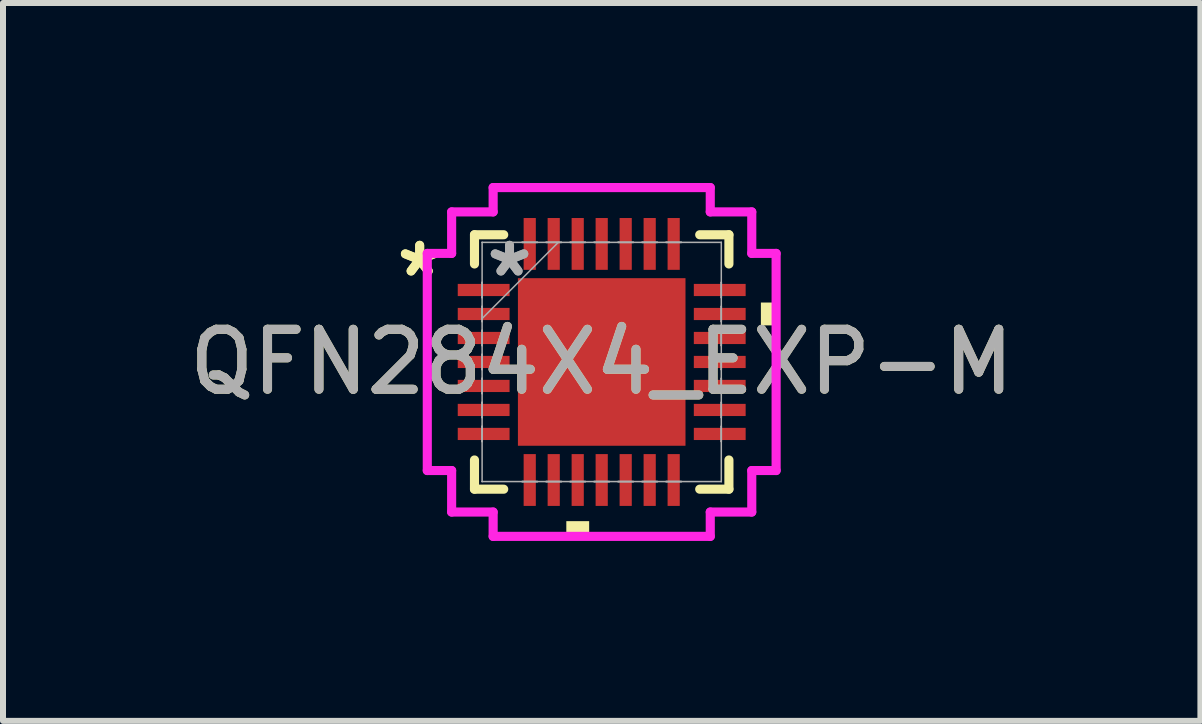
<source format=kicad_pcb>
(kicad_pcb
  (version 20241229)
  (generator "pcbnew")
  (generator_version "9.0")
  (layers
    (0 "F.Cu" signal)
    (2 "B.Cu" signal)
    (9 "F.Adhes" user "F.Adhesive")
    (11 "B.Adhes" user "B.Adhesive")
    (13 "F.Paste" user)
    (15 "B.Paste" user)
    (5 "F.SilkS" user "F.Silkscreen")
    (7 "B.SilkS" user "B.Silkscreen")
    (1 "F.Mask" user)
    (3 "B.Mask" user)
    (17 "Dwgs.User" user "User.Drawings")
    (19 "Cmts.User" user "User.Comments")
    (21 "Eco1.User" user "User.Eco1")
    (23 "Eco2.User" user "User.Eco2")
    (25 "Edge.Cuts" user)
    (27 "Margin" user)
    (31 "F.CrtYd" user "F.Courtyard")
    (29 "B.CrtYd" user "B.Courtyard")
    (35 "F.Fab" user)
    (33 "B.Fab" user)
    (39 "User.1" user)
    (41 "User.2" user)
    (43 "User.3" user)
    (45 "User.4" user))
  (footprint "QFN284X4_EXP-M"
    (layer "F.Cu")
    (at 6.982 2.985)
    (property "Reference" "QFN284X4_EXP-M" (at 0 0 0) (unlocked yes) (layer "F.SilkS") (effects (font (size 1 1) (thickness 0.15))))
    (attr smd)
    (fp_line (start -2.121 -2.121) (end -2.121 -1.634) (stroke (width 0.152) (type solid)) (layer "F.SilkS"))
    (fp_line (start -2.121 1.634) (end -2.121 2.121) (stroke (width 0.152) (type solid)) (layer "F.SilkS"))
    (fp_line (start -2.121 2.121) (end -1.634 2.121) (stroke (width 0.152) (type solid)) (layer "F.SilkS"))
    (fp_line (start -1.634 -2.121) (end -2.121 -2.121) (stroke (width 0.152) (type solid)) (layer "F.SilkS"))
    (fp_line (start 1.634 2.121) (end 2.121 2.121) (stroke (width 0.152) (type solid)) (layer "F.SilkS"))
    (fp_line (start 2.121 -2.121) (end 1.634 -2.121) (stroke (width 0.152) (type solid)) (layer "F.SilkS"))
    (fp_line (start 2.121 -1.634) (end 2.121 -2.121) (stroke (width 0.152) (type solid)) (layer "F.SilkS"))
    (fp_line (start 2.121 2.121) (end 2.121 1.634) (stroke (width 0.152) (type solid)) (layer "F.SilkS"))
    (fp_poly (pts (xy -0.59 2.654) (xy -0.59 2.908) (xy -0.209 2.908) (xy -0.209 2.654)) (stroke (width 0) (type solid)) (fill yes) (layer "F.SilkS"))
    (fp_poly (pts (xy 2.908 -0.991) (xy 2.908 -0.61) (xy 2.654 -0.61) (xy 2.654 -0.991)) (stroke (width 0) (type solid)) (fill yes) (layer "F.SilkS"))
    (fp_poly (pts (xy -1.297 -1.297) (xy -1.297 -0.1) (xy -0.1 -0.1) (xy -0.1 -1.297)) (stroke (width 0) (type solid)) (fill yes) (layer "F.Paste"))
    (fp_poly (pts (xy -1.297 0.1) (xy -1.297 1.297) (xy -0.1 1.297) (xy -0.1 0.1)) (stroke (width 0) (type solid)) (fill yes) (layer "F.Paste"))
    (fp_poly (pts (xy 0.1 -1.297) (xy 0.1 -0.1) (xy 1.297 -0.1) (xy 1.297 -1.297)) (stroke (width 0) (type solid)) (fill yes) (layer "F.Paste"))
    (fp_poly (pts (xy 0.1 0.1) (xy 0.1 1.297) (xy 1.297 1.297) (xy 1.297 0.1)) (stroke (width 0) (type solid)) (fill yes) (layer "F.Paste"))
    (fp_line (start -2.908 -1.81) (end -2.502 -1.81) (stroke (width 0.152) (type solid)) (layer "F.CrtYd"))
    (fp_line (start -2.908 1.81) (end -2.908 -1.81) (stroke (width 0.152) (type solid)) (layer "F.CrtYd"))
    (fp_line (start -2.502 -2.502) (end -1.81 -2.502) (stroke (width 0.152) (type solid)) (layer "F.CrtYd"))
    (fp_line (start -2.502 -1.81) (end -2.502 -2.502) (stroke (width 0.152) (type solid)) (layer "F.CrtYd"))
    (fp_line (start -2.502 1.81) (end -2.908 1.81) (stroke (width 0.152) (type solid)) (layer "F.CrtYd"))
    (fp_line (start -2.502 2.502) (end -2.502 1.81) (stroke (width 0.152) (type solid)) (layer "F.CrtYd"))
    (fp_line (start -1.81 -2.908) (end 1.81 -2.908) (stroke (width 0.152) (type solid)) (layer "F.CrtYd"))
    (fp_line (start -1.81 -2.502) (end -1.81 -2.908) (stroke (width 0.152) (type solid)) (layer "F.CrtYd"))
    (fp_line (start -1.81 2.502) (end -2.502 2.502) (stroke (width 0.152) (type solid)) (layer "F.CrtYd"))
    (fp_line (start -1.81 2.908) (end -1.81 2.502) (stroke (width 0.152) (type solid)) (layer "F.CrtYd"))
    (fp_line (start 1.81 -2.908) (end 1.81 -2.502) (stroke (width 0.152) (type solid)) (layer "F.CrtYd"))
    (fp_line (start 1.81 -2.502) (end 2.502 -2.502) (stroke (width 0.152) (type solid)) (layer "F.CrtYd"))
    (fp_line (start 1.81 2.502) (end 1.81 2.908) (stroke (width 0.152) (type solid)) (layer "F.CrtYd"))
    (fp_line (start 1.81 2.908) (end -1.81 2.908) (stroke (width 0.152) (type solid)) (layer "F.CrtYd"))
    (fp_line (start 2.502 -2.502) (end 2.502 -1.81) (stroke (width 0.152) (type solid)) (layer "F.CrtYd"))
    (fp_line (start 2.502 -1.81) (end 2.908 -1.81) (stroke (width 0.152) (type solid)) (layer "F.CrtYd"))
    (fp_line (start 2.502 1.81) (end 2.502 2.502) (stroke (width 0.152) (type solid)) (layer "F.CrtYd"))
    (fp_line (start 2.502 2.502) (end 1.81 2.502) (stroke (width 0.152) (type solid)) (layer "F.CrtYd"))
    (fp_line (start 2.908 -1.81) (end 2.908 1.81) (stroke (width 0.152) (type solid)) (layer "F.CrtYd"))
    (fp_line (start 2.908 1.81) (end 2.502 1.81) (stroke (width 0.152) (type solid)) (layer "F.CrtYd"))
    (fp_line (start -1.994 -1.994) (end -1.994 -1.994) (stroke (width 0.025) (type solid)) (layer "F.Fab"))
    (fp_line (start -1.994 -1.994) (end -1.994 1.994) (stroke (width 0.025) (type solid)) (layer "F.Fab"))
    (fp_line (start -1.994 -1.327) (end -1.994 -1.327) (stroke (width 0.025) (type solid)) (layer "F.Fab"))
    (fp_line (start -1.994 -1.327) (end -1.994 -1.073) (stroke (width 0.025) (type solid)) (layer "F.Fab"))
    (fp_line (start -1.994 -1.073) (end -1.994 -1.327) (stroke (width 0.025) (type solid)) (layer "F.Fab"))
    (fp_line (start -1.994 -1.073) (end -1.994 -1.073) (stroke (width 0.025) (type solid)) (layer "F.Fab"))
    (fp_line (start -1.994 -0.927) (end -1.994 -0.927) (stroke (width 0.025) (type solid)) (layer "F.Fab"))
    (fp_line (start -1.994 -0.927) (end -1.994 -0.673) (stroke (width 0.025) (type solid)) (layer "F.Fab"))
    (fp_line (start -1.994 -0.724) (end -0.724 -1.994) (stroke (width 0.025) (type solid)) (layer "F.Fab"))
    (fp_line (start -1.994 -0.673) (end -1.994 -0.927) (stroke (width 0.025) (type solid)) (layer "F.Fab"))
    (fp_line (start -1.994 -0.673) (end -1.994 -0.673) (stroke (width 0.025) (type solid)) (layer "F.Fab"))
    (fp_line (start -1.994 -0.527) (end -1.994 -0.527) (stroke (width 0.025) (type solid)) (layer "F.Fab"))
    (fp_line (start -1.994 -0.527) (end -1.994 -0.273) (stroke (width 0.025) (type solid)) (layer "F.Fab"))
    (fp_line (start -1.994 -0.273) (end -1.994 -0.527) (stroke (width 0.025) (type solid)) (layer "F.Fab"))
    (fp_line (start -1.994 -0.273) (end -1.994 -0.273) (stroke (width 0.025) (type solid)) (layer "F.Fab"))
    (fp_line (start -1.994 -0.127) (end -1.994 -0.127) (stroke (width 0.025) (type solid)) (layer "F.Fab"))
    (fp_line (start -1.994 -0.127) (end -1.994 0.127) (stroke (width 0.025) (type solid)) (layer "F.Fab"))
    (fp_line (start -1.994 0.127) (end -1.994 -0.127) (stroke (width 0.025) (type solid)) (layer "F.Fab"))
    (fp_line (start -1.994 0.127) (end -1.994 0.127) (stroke (width 0.025) (type solid)) (layer "F.Fab"))
    (fp_line (start -1.994 0.273) (end -1.994 0.273) (stroke (width 0.025) (type solid)) (layer "F.Fab"))
    (fp_line (start -1.994 0.273) (end -1.994 0.527) (stroke (width 0.025) (type solid)) (layer "F.Fab"))
    (fp_line (start -1.994 0.527) (end -1.994 0.273) (stroke (width 0.025) (type solid)) (layer "F.Fab"))
    (fp_line (start -1.994 0.527) (end -1.994 0.527) (stroke (width 0.025) (type solid)) (layer "F.Fab"))
    (fp_line (start -1.994 0.673) (end -1.994 0.673) (stroke (width 0.025) (type solid)) (layer "F.Fab"))
    (fp_line (start -1.994 0.673) (end -1.994 0.927) (stroke (width 0.025) (type solid)) (layer "F.Fab"))
    (fp_line (start -1.994 0.927) (end -1.994 0.673) (stroke (width 0.025) (type solid)) (layer "F.Fab"))
    (fp_line (start -1.994 0.927) (end -1.994 0.927) (stroke (width 0.025) (type solid)) (layer "F.Fab"))
    (fp_line (start -1.994 1.073) (end -1.994 1.073) (stroke (width 0.025) (type solid)) (layer "F.Fab"))
    (fp_line (start -1.994 1.073) (end -1.994 1.327) (stroke (width 0.025) (type solid)) (layer "F.Fab"))
    (fp_line (start -1.994 1.327) (end -1.994 1.073) (stroke (width 0.025) (type solid)) (layer "F.Fab"))
    (fp_line (start -1.994 1.327) (end -1.994 1.327) (stroke (width 0.025) (type solid)) (layer "F.Fab"))
    (fp_line (start -1.994 1.994) (end -1.994 1.994) (stroke (width 0.025) (type solid)) (layer "F.Fab"))
    (fp_line (start -1.994 1.994) (end 1.994 1.994) (stroke (width 0.025) (type solid)) (layer "F.Fab"))
    (fp_line (start -1.327 -1.994) (end -1.327 -1.994) (stroke (width 0.025) (type solid)) (layer "F.Fab"))
    (fp_line (start -1.327 -1.994) (end -1.073 -1.994) (stroke (width 0.025) (type solid)) (layer "F.Fab"))
    (fp_line (start -1.327 1.994) (end -1.327 1.994) (stroke (width 0.025) (type solid)) (layer "F.Fab"))
    (fp_line (start -1.327 1.994) (end -1.073 1.994) (stroke (width 0.025) (type solid)) (layer "F.Fab"))
    (fp_line (start -1.073 -1.994) (end -1.327 -1.994) (stroke (width 0.025) (type solid)) (layer "F.Fab"))
    (fp_line (start -1.073 -1.994) (end -1.073 -1.994) (stroke (width 0.025) (type solid)) (layer "F.Fab"))
    (fp_line (start -1.073 1.994) (end -1.327 1.994) (stroke (width 0.025) (type solid)) (layer "F.Fab"))
    (fp_line (start -1.073 1.994) (end -1.073 1.994) (stroke (width 0.025) (type solid)) (layer "F.Fab"))
    (fp_line (start -0.927 -1.994) (end -0.927 -1.994) (stroke (width 0.025) (type solid)) (layer "F.Fab"))
    (fp_line (start -0.927 -1.994) (end -0.673 -1.994) (stroke (width 0.025) (type solid)) (layer "F.Fab"))
    (fp_line (start -0.927 1.994) (end -0.927 1.994) (stroke (width 0.025) (type solid)) (layer "F.Fab"))
    (fp_line (start -0.927 1.994) (end -0.673 1.994) (stroke (width 0.025) (type solid)) (layer "F.Fab"))
    (fp_line (start -0.673 -1.994) (end -0.927 -1.994) (stroke (width 0.025) (type solid)) (layer "F.Fab"))
    (fp_line (start -0.673 -1.994) (end -0.673 -1.994) (stroke (width 0.025) (type solid)) (layer "F.Fab"))
    (fp_line (start -0.673 1.994) (end -0.927 1.994) (stroke (width 0.025) (type solid)) (layer "F.Fab"))
    (fp_line (start -0.673 1.994) (end -0.673 1.994) (stroke (width 0.025) (type solid)) (layer "F.Fab"))
    (fp_line (start -0.527 -1.994) (end -0.527 -1.994) (stroke (width 0.025) (type solid)) (layer "F.Fab"))
    (fp_line (start -0.527 -1.994) (end -0.273 -1.994) (stroke (width 0.025) (type solid)) (layer "F.Fab"))
    (fp_line (start -0.527 1.994) (end -0.527 1.994) (stroke (width 0.025) (type solid)) (layer "F.Fab"))
    (fp_line (start -0.527 1.994) (end -0.273 1.994) (stroke (width 0.025) (type solid)) (layer "F.Fab"))
    (fp_line (start -0.273 -1.994) (end -0.527 -1.994) (stroke (width 0.025) (type solid)) (layer "F.Fab"))
    (fp_line (start -0.273 -1.994) (end -0.273 -1.994) (stroke (width 0.025) (type solid)) (layer "F.Fab"))
    (fp_line (start -0.273 1.994) (end -0.527 1.994) (stroke (width 0.025) (type solid)) (layer "F.Fab"))
    (fp_line (start -0.273 1.994) (end -0.273 1.994) (stroke (width 0.025) (type solid)) (layer "F.Fab"))
    (fp_line (start -0.127 -1.994) (end -0.127 -1.994) (stroke (width 0.025) (type solid)) (layer "F.Fab"))
    (fp_line (start -0.127 -1.994) (end 0.127 -1.994) (stroke (width 0.025) (type solid)) (layer "F.Fab"))
    (fp_line (start -0.127 1.994) (end -0.127 1.994) (stroke (width 0.025) (type solid)) (layer "F.Fab"))
    (fp_line (start -0.127 1.994) (end 0.127 1.994) (stroke (width 0.025) (type solid)) (layer "F.Fab"))
    (fp_line (start 0.127 -1.994) (end -0.127 -1.994) (stroke (width 0.025) (type solid)) (layer "F.Fab"))
    (fp_line (start 0.127 -1.994) (end 0.127 -1.994) (stroke (width 0.025) (type solid)) (layer "F.Fab"))
    (fp_line (start 0.127 1.994) (end -0.127 1.994) (stroke (width 0.025) (type solid)) (layer "F.Fab"))
    (fp_line (start 0.127 1.994) (end 0.127 1.994) (stroke (width 0.025) (type solid)) (layer "F.Fab"))
    (fp_line (start 0.273 -1.994) (end 0.273 -1.994) (stroke (width 0.025) (type solid)) (layer "F.Fab"))
    (fp_line (start 0.273 -1.994) (end 0.527 -1.994) (stroke (width 0.025) (type solid)) (layer "F.Fab"))
    (fp_line (start 0.273 1.994) (end 0.273 1.994) (stroke (width 0.025) (type solid)) (layer "F.Fab"))
    (fp_line (start 0.273 1.994) (end 0.527 1.994) (stroke (width 0.025) (type solid)) (layer "F.Fab"))
    (fp_line (start 0.527 -1.994) (end 0.273 -1.994) (stroke (width 0.025) (type solid)) (layer "F.Fab"))
    (fp_line (start 0.527 -1.994) (end 0.527 -1.994) (stroke (width 0.025) (type solid)) (layer "F.Fab"))
    (fp_line (start 0.527 1.994) (end 0.273 1.994) (stroke (width 0.025) (type solid)) (layer "F.Fab"))
    (fp_line (start 0.527 1.994) (end 0.527 1.994) (stroke (width 0.025) (type solid)) (layer "F.Fab"))
    (fp_line (start 0.673 -1.994) (end 0.673 -1.994) (stroke (width 0.025) (type solid)) (layer "F.Fab"))
    (fp_line (start 0.673 -1.994) (end 0.927 -1.994) (stroke (width 0.025) (type solid)) (layer "F.Fab"))
    (fp_line (start 0.673 1.994) (end 0.673 1.994) (stroke (width 0.025) (type solid)) (layer "F.Fab"))
    (fp_line (start 0.673 1.994) (end 0.927 1.994) (stroke (width 0.025) (type solid)) (layer "F.Fab"))
    (fp_line (start 0.927 -1.994) (end 0.673 -1.994) (stroke (width 0.025) (type solid)) (layer "F.Fab"))
    (fp_line (start 0.927 -1.994) (end 0.927 -1.994) (stroke (width 0.025) (type solid)) (layer "F.Fab"))
    (fp_line (start 0.927 1.994) (end 0.673 1.994) (stroke (width 0.025) (type solid)) (layer "F.Fab"))
    (fp_line (start 0.927 1.994) (end 0.927 1.994) (stroke (width 0.025) (type solid)) (layer "F.Fab"))
    (fp_line (start 1.073 -1.994) (end 1.073 -1.994) (stroke (width 0.025) (type solid)) (layer "F.Fab"))
    (fp_line (start 1.073 -1.994) (end 1.327 -1.994) (stroke (width 0.025) (type solid)) (layer "F.Fab"))
    (fp_line (start 1.073 1.994) (end 1.073 1.994) (stroke (width 0.025) (type solid)) (layer "F.Fab"))
    (fp_line (start 1.073 1.994) (end 1.327 1.994) (stroke (width 0.025) (type solid)) (layer "F.Fab"))
    (fp_line (start 1.327 -1.994) (end 1.073 -1.994) (stroke (width 0.025) (type solid)) (layer "F.Fab"))
    (fp_line (start 1.327 -1.994) (end 1.327 -1.994) (stroke (width 0.025) (type solid)) (layer "F.Fab"))
    (fp_line (start 1.327 1.994) (end 1.073 1.994) (stroke (width 0.025) (type solid)) (layer "F.Fab"))
    (fp_line (start 1.327 1.994) (end 1.327 1.994) (stroke (width 0.025) (type solid)) (layer "F.Fab"))
    (fp_line (start 1.994 -1.994) (end -1.994 -1.994) (stroke (width 0.025) (type solid)) (layer "F.Fab"))
    (fp_line (start 1.994 -1.994) (end 1.994 -1.994) (stroke (width 0.025) (type solid)) (layer "F.Fab"))
    (fp_line (start 1.994 -1.327) (end 1.994 -1.327) (stroke (width 0.025) (type solid)) (layer "F.Fab"))
    (fp_line (start 1.994 -1.327) (end 1.994 -1.073) (stroke (width 0.025) (type solid)) (layer "F.Fab"))
    (fp_line (start 1.994 -1.073) (end 1.994 -1.327) (stroke (width 0.025) (type solid)) (layer "F.Fab"))
    (fp_line (start 1.994 -1.073) (end 1.994 -1.073) (stroke (width 0.025) (type solid)) (layer "F.Fab"))
    (fp_line (start 1.994 -0.927) (end 1.994 -0.927) (stroke (width 0.025) (type solid)) (layer "F.Fab"))
    (fp_line (start 1.994 -0.927) (end 1.994 -0.673) (stroke (width 0.025) (type solid)) (layer "F.Fab"))
    (fp_line (start 1.994 -0.673) (end 1.994 -0.927) (stroke (width 0.025) (type solid)) (layer "F.Fab"))
    (fp_line (start 1.994 -0.673) (end 1.994 -0.673) (stroke (width 0.025) (type solid)) (layer "F.Fab"))
    (fp_line (start 1.994 -0.527) (end 1.994 -0.527) (stroke (width 0.025) (type solid)) (layer "F.Fab"))
    (fp_line (start 1.994 -0.527) (end 1.994 -0.273) (stroke (width 0.025) (type solid)) (layer "F.Fab"))
    (fp_line (start 1.994 -0.273) (end 1.994 -0.527) (stroke (width 0.025) (type solid)) (layer "F.Fab"))
    (fp_line (start 1.994 -0.273) (end 1.994 -0.273) (stroke (width 0.025) (type solid)) (layer "F.Fab"))
    (fp_line (start 1.994 -0.127) (end 1.994 -0.127) (stroke (width 0.025) (type solid)) (layer "F.Fab"))
    (fp_line (start 1.994 -0.127) (end 1.994 0.127) (stroke (width 0.025) (type solid)) (layer "F.Fab"))
    (fp_line (start 1.994 0.127) (end 1.994 -0.127) (stroke (width 0.025) (type solid)) (layer "F.Fab"))
    (fp_line (start 1.994 0.127) (end 1.994 0.127) (stroke (width 0.025) (type solid)) (layer "F.Fab"))
    (fp_line (start 1.994 0.273) (end 1.994 0.273) (stroke (width 0.025) (type solid)) (layer "F.Fab"))
    (fp_line (start 1.994 0.273) (end 1.994 0.527) (stroke (width 0.025) (type solid)) (layer "F.Fab"))
    (fp_line (start 1.994 0.527) (end 1.994 0.273) (stroke (width 0.025) (type solid)) (layer "F.Fab"))
    (fp_line (start 1.994 0.527) (end 1.994 0.527) (stroke (width 0.025) (type solid)) (layer "F.Fab"))
    (fp_line (start 1.994 0.673) (end 1.994 0.673) (stroke (width 0.025) (type solid)) (layer "F.Fab"))
    (fp_line (start 1.994 0.673) (end 1.994 0.927) (stroke (width 0.025) (type solid)) (layer "F.Fab"))
    (fp_line (start 1.994 0.927) (end 1.994 0.673) (stroke (width 0.025) (type solid)) (layer "F.Fab"))
    (fp_line (start 1.994 0.927) (end 1.994 0.927) (stroke (width 0.025) (type solid)) (layer "F.Fab"))
    (fp_line (start 1.994 1.073) (end 1.994 1.073) (stroke (width 0.025) (type solid)) (layer "F.Fab"))
    (fp_line (start 1.994 1.073) (end 1.994 1.327) (stroke (width 0.025) (type solid)) (layer "F.Fab"))
    (fp_line (start 1.994 1.327) (end 1.994 1.073) (stroke (width 0.025) (type solid)) (layer "F.Fab"))
    (fp_line (start 1.994 1.327) (end 1.994 1.327) (stroke (width 0.025) (type solid)) (layer "F.Fab"))
    (fp_line (start 1.994 1.994) (end 1.994 -1.994) (stroke (width 0.025) (type solid)) (layer "F.Fab"))
    (fp_line (start 1.994 1.994) (end 1.994 1.994) (stroke (width 0.025) (type solid)) (layer "F.Fab"))
    (fp_text user "*" (at -3.035 -1.4 0) (unlocked yes) (layer "F.SilkS") (effects (font (size 1 1) (thickness 0.15))))
    (fp_text user "*" (at -3.035 -1.4 0) (layer "F.SilkS") (effects (font (size 1 1) (thickness 0.15))))
    (fp_text user "${REFERENCE}" (at 0 0 0) (unlocked yes) (layer "F.Fab") (effects (font (size 1 1) (thickness 0.15))))
    (fp_text user "*" (at -1.537 -1.4 0) (layer "F.Fab") (effects (font (size 1 1) (thickness 0.15))))
    (fp_text user "*" (at -1.537 -1.4 0) (unlocked yes) (layer "F.Fab") (effects (font (size 1 1) (thickness 0.15))))
    (pad "1" smd rect (at -1.968 -1.2 90) (size 0.203 0.864) (layers "F.Cu" "F.Mask" "F.Paste"))
    (pad "2" smd rect (at -1.968 -0.8 90) (size 0.203 0.864) (layers "F.Cu" "F.Mask" "F.Paste"))
    (pad "3" smd rect (at -1.968 -0.4 90) (size 0.203 0.864) (layers "F.Cu" "F.Mask" "F.Paste"))
    (pad "4" smd rect (at -1.968 0 90) (size 0.203 0.864) (layers "F.Cu" "F.Mask" "F.Paste"))
    (pad "5" smd rect (at -1.968 0.4 90) (size 0.203 0.864) (layers "F.Cu" "F.Mask" "F.Paste"))
    (pad "6" smd rect (at -1.968 0.8 90) (size 0.203 0.864) (layers "F.Cu" "F.Mask" "F.Paste"))
    (pad "7" smd rect (at -1.968 1.2 90) (size 0.203 0.864) (layers "F.Cu" "F.Mask" "F.Paste"))
    (pad "8" smd rect (at -1.2 1.968) (size 0.203 0.864) (layers "F.Cu" "F.Mask" "F.Paste"))
    (pad "9" smd rect (at -0.8 1.968) (size 0.203 0.864) (layers "F.Cu" "F.Mask" "F.Paste"))
    (pad "10" smd rect (at -0.4 1.968) (size 0.203 0.864) (layers "F.Cu" "F.Mask" "F.Paste"))
    (pad "11" smd rect (at 0 1.968) (size 0.203 0.864) (layers "F.Cu" "F.Mask" "F.Paste"))
    (pad "12" smd rect (at 0.4 1.968) (size 0.203 0.864) (layers "F.Cu" "F.Mask" "F.Paste"))
    (pad "13" smd rect (at 0.8 1.968) (size 0.203 0.864) (layers "F.Cu" "F.Mask" "F.Paste"))
    (pad "14" smd rect (at 1.2 1.968) (size 0.203 0.864) (layers "F.Cu" "F.Mask" "F.Paste"))
    (pad "15" smd rect (at 1.968 1.2 90) (size 0.203 0.864) (layers "F.Cu" "F.Mask" "F.Paste"))
    (pad "16" smd rect (at 1.968 0.8 90) (size 0.203 0.864) (layers "F.Cu" "F.Mask" "F.Paste"))
    (pad "17" smd rect (at 1.968 0.4 90) (size 0.203 0.864) (layers "F.Cu" "F.Mask" "F.Paste"))
    (pad "18" smd rect (at 1.968 0 90) (size 0.203 0.864) (layers "F.Cu" "F.Mask" "F.Paste"))
    (pad "19" smd rect (at 1.968 -0.4 90) (size 0.203 0.864) (layers "F.Cu" "F.Mask" "F.Paste"))
    (pad "20" smd rect (at 1.968 -0.8 90) (size 0.203 0.864) (layers "F.Cu" "F.Mask" "F.Paste"))
    (pad "21" smd rect (at 1.968 -1.2 90) (size 0.203 0.864) (layers "F.Cu" "F.Mask" "F.Paste"))
    (pad "22" smd rect (at 1.2 -1.968) (size 0.203 0.864) (layers "F.Cu" "F.Mask" "F.Paste"))
    (pad "23" smd rect (at 0.8 -1.968) (size 0.203 0.864) (layers "F.Cu" "F.Mask" "F.Paste"))
    (pad "24" smd rect (at 0.4 -1.968) (size 0.203 0.864) (layers "F.Cu" "F.Mask" "F.Paste"))
    (pad "25" smd rect (at 0 -1.968) (size 0.203 0.864) (layers "F.Cu" "F.Mask" "F.Paste"))
    (pad "26" smd rect (at -0.4 -1.968) (size 0.203 0.864) (layers "F.Cu" "F.Mask" "F.Paste"))
    (pad "27" smd rect (at -0.8 -1.968) (size 0.203 0.864) (layers "F.Cu" "F.Mask" "F.Paste"))
    (pad "28" smd rect (at -1.2 -1.968) (size 0.203 0.864) (layers "F.Cu" "F.Mask" "F.Paste"))
    (pad "29" smd rect (at 0 0) (size 2.794 2.794) (layers "F.Cu" "F.Mask" "F.Paste")))
  (gr_rect
    (start -3 -3)
    (end 16.964 8.969)
    (stroke (width 0.1) (type default))
    (fill no)
    (layer "Edge.Cuts")))
</source>
